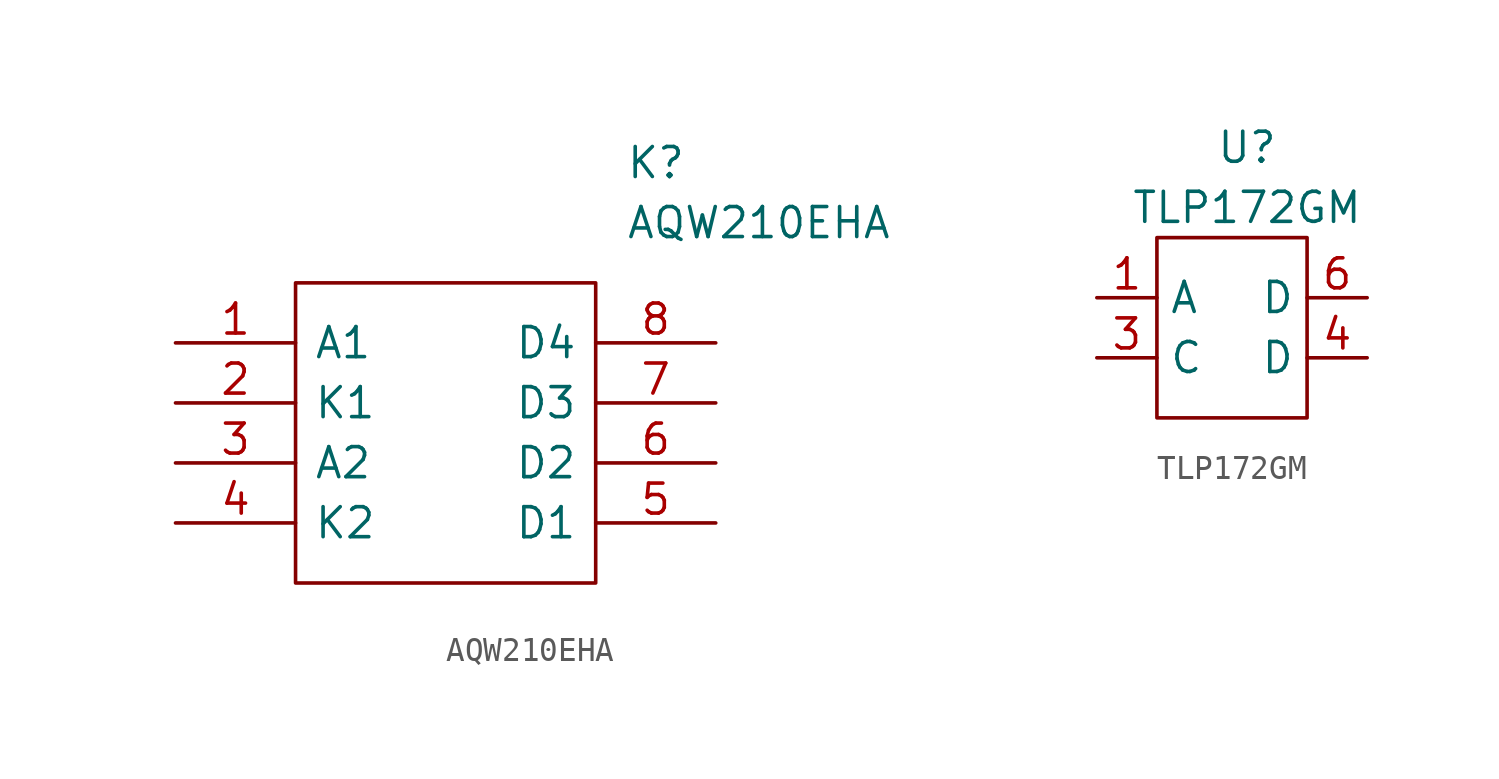
<source format=kicad_sym>
(kicad_symbol_lib
  (version 20220914)
  (generator kicad_symbol_editor)
  (symbol "AQW210EHA"
    (pin_names
      (offset 0.762))
    (property "Reference" "K"
      (at 19.05 7.62 0)
      (effects (font (size 1.27 1.27)) (justify left)))
    (property "Value" "AQW210EHA"
      (at 19.05 5.08 0)
      (effects (font (size 1.27 1.27)) (justify left)))
    (symbol "AQW210EHA_0_0"
      (pin passive line (at 0 0 0) (length 5.08) (name "A1" (effects (font (size 1.27 1.27)))) (number "1" (effects (font (size 1.27 1.27)))))
      (pin passive line (at 0 -2.54 0) (length 5.08) (name "K1" (effects (font (size 1.27 1.27)))) (number "2" (effects (font (size 1.27 1.27)))))
      (pin passive line (at 0 -5.08 0) (length 5.08) (name "A2" (effects (font (size 1.27 1.27)))) (number "3" (effects (font (size 1.27 1.27)))))
      (pin passive line (at 0 -7.62 0) (length 5.08) (name "K2" (effects (font (size 1.27 1.27)))) (number "4" (effects (font (size 1.27 1.27)))))
      (pin passive line (at 22.86 -7.62 180) (length 5.08) (name "D1" (effects (font (size 1.27 1.27)))) (number "5" (effects (font (size 1.27 1.27)))))
      (pin passive line (at 22.86 -5.08 180) (length 5.08) (name "D2" (effects (font (size 1.27 1.27)))) (number "6" (effects (font (size 1.27 1.27)))))
      (pin passive line (at 22.86 -2.54 180) (length 5.08) (name "D3" (effects (font (size 1.27 1.27)))) (number "7" (effects (font (size 1.27 1.27)))))
      (pin passive line (at 22.86 0 180) (length 5.08) (name "D4" (effects (font (size 1.27 1.27)))) (number "8" (effects (font (size 1.27 1.27))))))
    (symbol "AQW210EHA_0_1"
      (polyline (pts (xy 5.08 2.54) (xy 17.78 2.54) (xy 17.78 -10.16) (xy 5.08 -10.16) (xy 5.08 2.54)) (stroke (width 0.152) (type default)) (fill (type none)))))
  (symbol "TLP172GM"
    (property "Reference" "U"
      (at 0 1.27 0)
      (effects (font (size 1.27 1.27))))
    (property "Value" "TLP172GM"
      (at 0 -1.27 0)
      (effects (font (size 1.27 1.27))))
    (symbol "TLP172GM_0_1"
      (rectangle (start -3.81 -2.54) (end 2.54 -10.16) (stroke (width 0) (type default)) (fill (type none))))
    (symbol "TLP172GM_1_1"
      (pin input line (at -6.35 -5.08 0) (length 2.54) (name "A" (effects (font (size 1.27 1.27)))) (number "1" (effects (font (size 1.27 1.27)))))
      (pin input line (at -6.35 -7.62 0) (length 2.54) (name "C" (effects (font (size 1.27 1.27)))) (number "3" (effects (font (size 1.27 1.27)))))
      (pin output line (at 5.08 -7.62 180) (length 2.54) (name "D" (effects (font (size 1.27 1.27)))) (number "4" (effects (font (size 1.27 1.27)))))
      (pin output line (at 5.08 -5.08 180) (length 2.54) (name "D" (effects (font (size 1.27 1.27)))) (number "6" (effects (font (size 1.27 1.27))))))))
</source>
